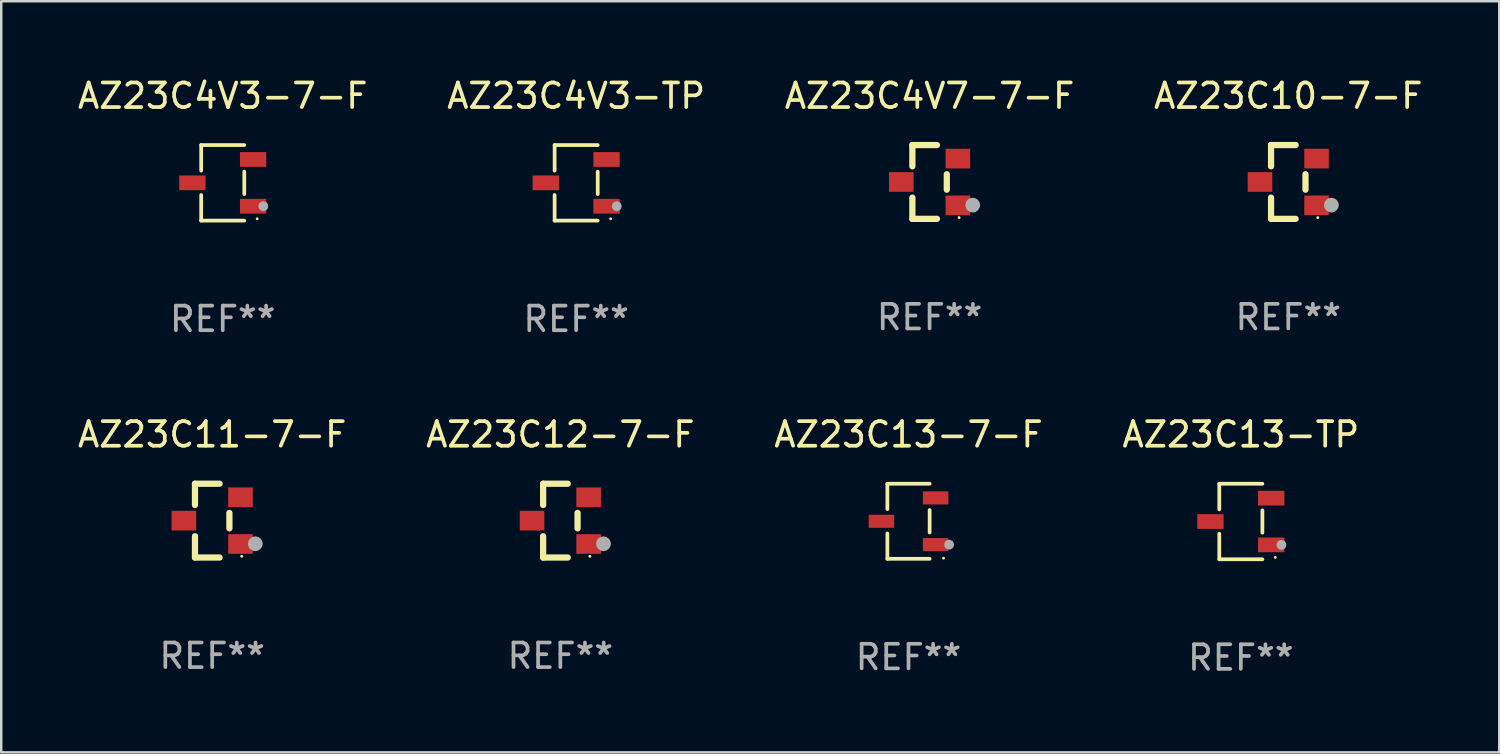
<source format=kicad_pcb>
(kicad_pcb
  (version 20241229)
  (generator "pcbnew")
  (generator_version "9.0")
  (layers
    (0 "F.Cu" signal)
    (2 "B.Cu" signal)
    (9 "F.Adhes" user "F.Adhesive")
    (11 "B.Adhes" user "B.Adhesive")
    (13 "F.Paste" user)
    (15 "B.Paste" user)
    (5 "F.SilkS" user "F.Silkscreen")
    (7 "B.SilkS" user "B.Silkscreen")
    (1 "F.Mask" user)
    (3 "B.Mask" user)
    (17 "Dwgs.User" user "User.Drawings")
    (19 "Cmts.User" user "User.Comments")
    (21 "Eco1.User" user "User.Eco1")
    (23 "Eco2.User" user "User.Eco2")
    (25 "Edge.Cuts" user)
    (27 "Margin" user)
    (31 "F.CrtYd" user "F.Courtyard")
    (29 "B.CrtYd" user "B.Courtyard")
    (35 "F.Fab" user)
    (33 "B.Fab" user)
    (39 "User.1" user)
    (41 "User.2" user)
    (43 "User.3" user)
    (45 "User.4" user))
  (footprint "AZ23C13-7-F"
    (layer "F.Cu")
    (at 33.887 18.143)
    (property "Reference" "AZ23C13-7-F" (at 0 -3.526 0) (layer "F.SilkS") (effects (font (size 1 1) (thickness 0.15))))
    (attr through_hole)
    (fp_line (start -0.859 -1.526) (end -0.859 -0.495) (stroke (width 0.152) (type solid)) (layer "F.SilkS"))
    (fp_line (start -0.859 1.526) (end -0.859 0.495) (stroke (width 0.152) (type solid)) (layer "F.SilkS"))
    (fp_line (start 0.859 -1.526) (end -0.859 -1.526) (stroke (width 0.152) (type solid)) (layer "F.SilkS"))
    (fp_line (start 0.859 -0.455) (end 0.859 0.455) (stroke (width 0.152) (type solid)) (layer "F.SilkS"))
    (fp_line (start 0.859 1.526) (end -0.859 1.526) (stroke (width 0.152) (type solid)) (layer "F.SilkS"))
    (fp_circle (center 1.425 1.5) (end 1.455 1.5) (stroke (width 0.06) (type solid)) (fill no) (layer "F.SilkS"))
    (fp_circle (center 1.65 0.95) (end 1.75 0.95) (stroke (width 0.2) (type solid)) (fill no) (layer "F.Fab"))
    (fp_text user "REF**" (at 0 5.526 0) (layer "F.Fab") (effects (font (size 1 1) (thickness 0.15))))
    (pad "1" smd rect (at 1.101 0.95) (size 1.037 0.532) (layers "F.Cu" "F.Mask" "F.Paste"))
    (pad "2" smd rect (at 1.101 -0.95) (size 1.037 0.532) (layers "F.Cu" "F.Mask" "F.Paste"))
    (pad "3" smd rect (at -1.101 0) (size 1.037 0.532) (layers "F.Cu" "F.Mask" "F.Paste")))
  (footprint "AZ23C11-7-F"
    (layer "F.Cu")
    (at 5.577 18.117)
    (property "Reference" "AZ23C11-7-F" (at 0 -3.5 0) (layer "F.SilkS") (effects (font (size 1 1) (thickness 0.15))))
    (attr through_hole)
    (fp_line (start -0.7 -1.5) (end 0.3 -1.5) (stroke (width 0.254) (type solid)) (layer "F.SilkS"))
    (fp_line (start -0.7 -0.636) (end -0.7 -1.5) (stroke (width 0.254) (type solid)) (layer "F.SilkS"))
    (fp_line (start -0.7 1.5) (end -0.7 0.636) (stroke (width 0.254) (type solid)) (layer "F.SilkS"))
    (fp_line (start -0.7 1.5) (end 0.3 1.5) (stroke (width 0.254) (type solid)) (layer "F.SilkS"))
    (fp_line (start 0.7 0.314) (end 0.7 -0.314) (stroke (width 0.254) (type solid)) (layer "F.SilkS"))
    (fp_circle (center 1.2 1.45) (end 1.23 1.45) (stroke (width 0.06) (type solid)) (fill no) (layer "F.SilkS"))
    (fp_circle (center 1.753 0.94) (end 1.903 0.94) (stroke (width 0.3) (type solid)) (fill no) (layer "F.Fab"))
    (fp_text user "REF**" (at 0 5.5 0) (layer "F.Fab") (effects (font (size 1 1) (thickness 0.15))))
    (pad "1" smd rect (at 1.15 0.95 180) (size 1 0.8) (layers "F.Cu" "F.Mask" "F.Paste"))
    (pad "2" smd rect (at 1.15 -0.95 180) (size 1 0.8) (layers "F.Cu" "F.Mask" "F.Paste"))
    (pad "3" smd rect (at -1.15 -0.000051 180) (size 1 0.8) (layers "F.Cu" "F.Mask" "F.Paste")))
  (footprint "AZ23C13-TP"
    (layer "F.Cu")
    (at 47.399 18.153)
    (property "Reference" "AZ23C13-TP" (at 0 -3.536 0) (layer "F.SilkS") (effects (font (size 1 1) (thickness 0.15))))
    (attr through_hole)
    (fp_line (start -0.876 -1.536) (end -0.876 -0.495) (stroke (width 0.152) (type solid)) (layer "F.SilkS"))
    (fp_line (start -0.876 1.536) (end -0.876 0.495) (stroke (width 0.152) (type solid)) (layer "F.SilkS"))
    (fp_line (start 0.876 -1.536) (end -0.876 -1.536) (stroke (width 0.152) (type solid)) (layer "F.SilkS"))
    (fp_line (start 0.876 -0.455) (end 0.876 0.455) (stroke (width 0.152) (type solid)) (layer "F.SilkS"))
    (fp_line (start 0.876 1.536) (end -0.876 1.536) (stroke (width 0.152) (type solid)) (layer "F.SilkS"))
    (fp_circle (center 1.4 1.46) (end 1.43 1.46) (stroke (width 0.06) (type solid)) (fill no) (layer "F.SilkS"))
    (fp_circle (center 1.651 0.95) (end 1.751 0.95) (stroke (width 0.2) (type solid)) (fill no) (layer "F.Fab"))
    (fp_text user "REF**" (at 0 5.536 0) (layer "F.Fab") (effects (font (size 1 1) (thickness 0.15))))
    (pad "1" smd rect (at 1.235 0.95) (size 1.07 0.6) (layers "F.Cu" "F.Mask" "F.Paste"))
    (pad "2" smd rect (at 1.235 -0.95) (size 1.07 0.6) (layers "F.Cu" "F.Mask" "F.Paste"))
    (pad "3" smd rect (at -1.235 0) (size 1.07 0.6) (layers "F.Cu" "F.Mask" "F.Paste")))
  (footprint "AZ23C12-7-F"
    (layer "F.Cu")
    (at 19.732 18.117)
    (property "Reference" "AZ23C12-7-F" (at 0 -3.5 0) (layer "F.SilkS") (effects (font (size 1 1) (thickness 0.15))))
    (attr through_hole)
    (fp_line (start -0.7 -1.5) (end 0.3 -1.5) (stroke (width 0.254) (type solid)) (layer "F.SilkS"))
    (fp_line (start -0.7 -0.636) (end -0.7 -1.5) (stroke (width 0.254) (type solid)) (layer "F.SilkS"))
    (fp_line (start -0.7 1.5) (end -0.7 0.636) (stroke (width 0.254) (type solid)) (layer "F.SilkS"))
    (fp_line (start -0.7 1.5) (end 0.3 1.5) (stroke (width 0.254) (type solid)) (layer "F.SilkS"))
    (fp_line (start 0.7 0.314) (end 0.7 -0.314) (stroke (width 0.254) (type solid)) (layer "F.SilkS"))
    (fp_circle (center 1.2 1.45) (end 1.23 1.45) (stroke (width 0.06) (type solid)) (fill no) (layer "F.SilkS"))
    (fp_circle (center 1.753 0.94) (end 1.903 0.94) (stroke (width 0.3) (type solid)) (fill no) (layer "F.Fab"))
    (fp_text user "REF**" (at 0 5.5 0) (layer "F.Fab") (effects (font (size 1 1) (thickness 0.15))))
    (pad "1" smd rect (at 1.15 0.95 180) (size 1 0.8) (layers "F.Cu" "F.Mask" "F.Paste"))
    (pad "2" smd rect (at 1.15 -0.95 180) (size 1 0.8) (layers "F.Cu" "F.Mask" "F.Paste"))
    (pad "3" smd rect (at -1.15 -0.000051 180) (size 1 0.8) (layers "F.Cu" "F.Mask" "F.Paste")))
  (footprint "AZ23C4V3-TP"
    (layer "F.Cu")
    (at 20.375 4.384)
    (property "Reference" "AZ23C4V3-TP" (at 0 -3.536 0) (layer "F.SilkS") (effects (font (size 1 1) (thickness 0.15))))
    (attr through_hole)
    (fp_line (start -0.876 -1.536) (end -0.876 -0.495) (stroke (width 0.152) (type solid)) (layer "F.SilkS"))
    (fp_line (start -0.876 1.536) (end -0.876 0.495) (stroke (width 0.152) (type solid)) (layer "F.SilkS"))
    (fp_line (start 0.876 -1.536) (end -0.876 -1.536) (stroke (width 0.152) (type solid)) (layer "F.SilkS"))
    (fp_line (start 0.876 -0.455) (end 0.876 0.455) (stroke (width 0.152) (type solid)) (layer "F.SilkS"))
    (fp_line (start 0.876 1.536) (end -0.876 1.536) (stroke (width 0.152) (type solid)) (layer "F.SilkS"))
    (fp_circle (center 1.4 1.46) (end 1.43 1.46) (stroke (width 0.06) (type solid)) (fill no) (layer "F.SilkS"))
    (fp_circle (center 1.651 0.95) (end 1.751 0.95) (stroke (width 0.2) (type solid)) (fill no) (layer "F.Fab"))
    (fp_text user "REF**" (at 0 5.536 0) (layer "F.Fab") (effects (font (size 1 1) (thickness 0.15))))
    (pad "1" smd rect (at 1.235 0.95) (size 1.07 0.6) (layers "F.Cu" "F.Mask" "F.Paste"))
    (pad "2" smd rect (at 1.235 -0.95) (size 1.07 0.6) (layers "F.Cu" "F.Mask" "F.Paste"))
    (pad "3" smd rect (at -1.235 0) (size 1.07 0.6) (layers "F.Cu" "F.Mask" "F.Paste")))
  (footprint "AZ23C10-7-F"
    (layer "F.Cu")
    (at 49.327 4.348)
    (property "Reference" "AZ23C10-7-F" (at 0 -3.5 0) (layer "F.SilkS") (effects (font (size 1 1) (thickness 0.15))))
    (attr through_hole)
    (fp_line (start -0.7 -1.5) (end 0.3 -1.5) (stroke (width 0.254) (type solid)) (layer "F.SilkS"))
    (fp_line (start -0.7 -0.636) (end -0.7 -1.5) (stroke (width 0.254) (type solid)) (layer "F.SilkS"))
    (fp_line (start -0.7 1.5) (end -0.7 0.636) (stroke (width 0.254) (type solid)) (layer "F.SilkS"))
    (fp_line (start -0.7 1.5) (end 0.3 1.5) (stroke (width 0.254) (type solid)) (layer "F.SilkS"))
    (fp_line (start 0.7 0.314) (end 0.7 -0.314) (stroke (width 0.254) (type solid)) (layer "F.SilkS"))
    (fp_circle (center 1.2 1.45) (end 1.23 1.45) (stroke (width 0.06) (type solid)) (fill no) (layer "F.SilkS"))
    (fp_circle (center 1.753 0.94) (end 1.903 0.94) (stroke (width 0.3) (type solid)) (fill no) (layer "F.Fab"))
    (fp_text user "REF**" (at 0 5.5 0) (layer "F.Fab") (effects (font (size 1 1) (thickness 0.15))))
    (pad "1" smd rect (at 1.15 0.95 180) (size 1 0.8) (layers "F.Cu" "F.Mask" "F.Paste"))
    (pad "2" smd rect (at 1.15 -0.95 180) (size 1 0.8) (layers "F.Cu" "F.Mask" "F.Paste"))
    (pad "3" smd rect (at -1.15 -0.000051 180) (size 1 0.8) (layers "F.Cu" "F.Mask" "F.Paste")))
  (footprint "AZ23C4V7-7-F"
    (layer "F.Cu")
    (at 34.744 4.348)
    (property "Reference" "AZ23C4V7-7-F" (at 0 -3.5 0) (layer "F.SilkS") (effects (font (size 1 1) (thickness 0.15))))
    (attr through_hole)
    (fp_line (start -0.7 -1.5) (end 0.3 -1.5) (stroke (width 0.254) (type solid)) (layer "F.SilkS"))
    (fp_line (start -0.7 -0.636) (end -0.7 -1.5) (stroke (width 0.254) (type solid)) (layer "F.SilkS"))
    (fp_line (start -0.7 1.5) (end -0.7 0.636) (stroke (width 0.254) (type solid)) (layer "F.SilkS"))
    (fp_line (start -0.7 1.5) (end 0.3 1.5) (stroke (width 0.254) (type solid)) (layer "F.SilkS"))
    (fp_line (start 0.7 0.314) (end 0.7 -0.314) (stroke (width 0.254) (type solid)) (layer "F.SilkS"))
    (fp_circle (center 1.2 1.45) (end 1.23 1.45) (stroke (width 0.06) (type solid)) (fill no) (layer "F.SilkS"))
    (fp_circle (center 1.753 0.94) (end 1.903 0.94) (stroke (width 0.3) (type solid)) (fill no) (layer "F.Fab"))
    (fp_text user "REF**" (at 0 5.5 0) (layer "F.Fab") (effects (font (size 1 1) (thickness 0.15))))
    (pad "1" smd rect (at 1.15 0.95 180) (size 1 0.8) (layers "F.Cu" "F.Mask" "F.Paste"))
    (pad "2" smd rect (at 1.15 -0.95 180) (size 1 0.8) (layers "F.Cu" "F.Mask" "F.Paste"))
    (pad "3" smd rect (at -1.15 -0.000051 180) (size 1 0.8) (layers "F.Cu" "F.Mask" "F.Paste")))
  (footprint "AZ23C4V3-7-F"
    (layer "F.Cu")
    (at 6.006 4.384)
    (property "Reference" "AZ23C4V3-7-F" (at 0 -3.536 0) (layer "F.SilkS") (effects (font (size 1 1) (thickness 0.15))))
    (attr through_hole)
    (fp_line (start -0.876 -1.536) (end -0.876 -0.495) (stroke (width 0.152) (type solid)) (layer "F.SilkS"))
    (fp_line (start -0.876 1.536) (end -0.876 0.495) (stroke (width 0.152) (type solid)) (layer "F.SilkS"))
    (fp_line (start 0.876 -1.536) (end -0.876 -1.536) (stroke (width 0.152) (type solid)) (layer "F.SilkS"))
    (fp_line (start 0.876 -0.455) (end 0.876 0.455) (stroke (width 0.152) (type solid)) (layer "F.SilkS"))
    (fp_line (start 0.876 1.536) (end -0.876 1.536) (stroke (width 0.152) (type solid)) (layer "F.SilkS"))
    (fp_circle (center 1.4 1.46) (end 1.43 1.46) (stroke (width 0.06) (type solid)) (fill no) (layer "F.SilkS"))
    (fp_circle (center 1.651 0.95) (end 1.751 0.95) (stroke (width 0.2) (type solid)) (fill no) (layer "F.Fab"))
    (fp_text user "REF**" (at 0 5.536 0) (layer "F.Fab") (effects (font (size 1 1) (thickness 0.15))))
    (pad "1" smd rect (at 1.235 0.95) (size 1.07 0.6) (layers "F.Cu" "F.Mask" "F.Paste"))
    (pad "2" smd rect (at 1.235 -0.95) (size 1.07 0.6) (layers "F.Cu" "F.Mask" "F.Paste"))
    (pad "3" smd rect (at -1.235 0) (size 1.07 0.6) (layers "F.Cu" "F.Mask" "F.Paste")))
  (gr_rect
    (start -3 -3)
    (end 57.905 27.538)
    (stroke (width 0.1) (type default))
    (fill no)
    (layer "Edge.Cuts")))
</source>
